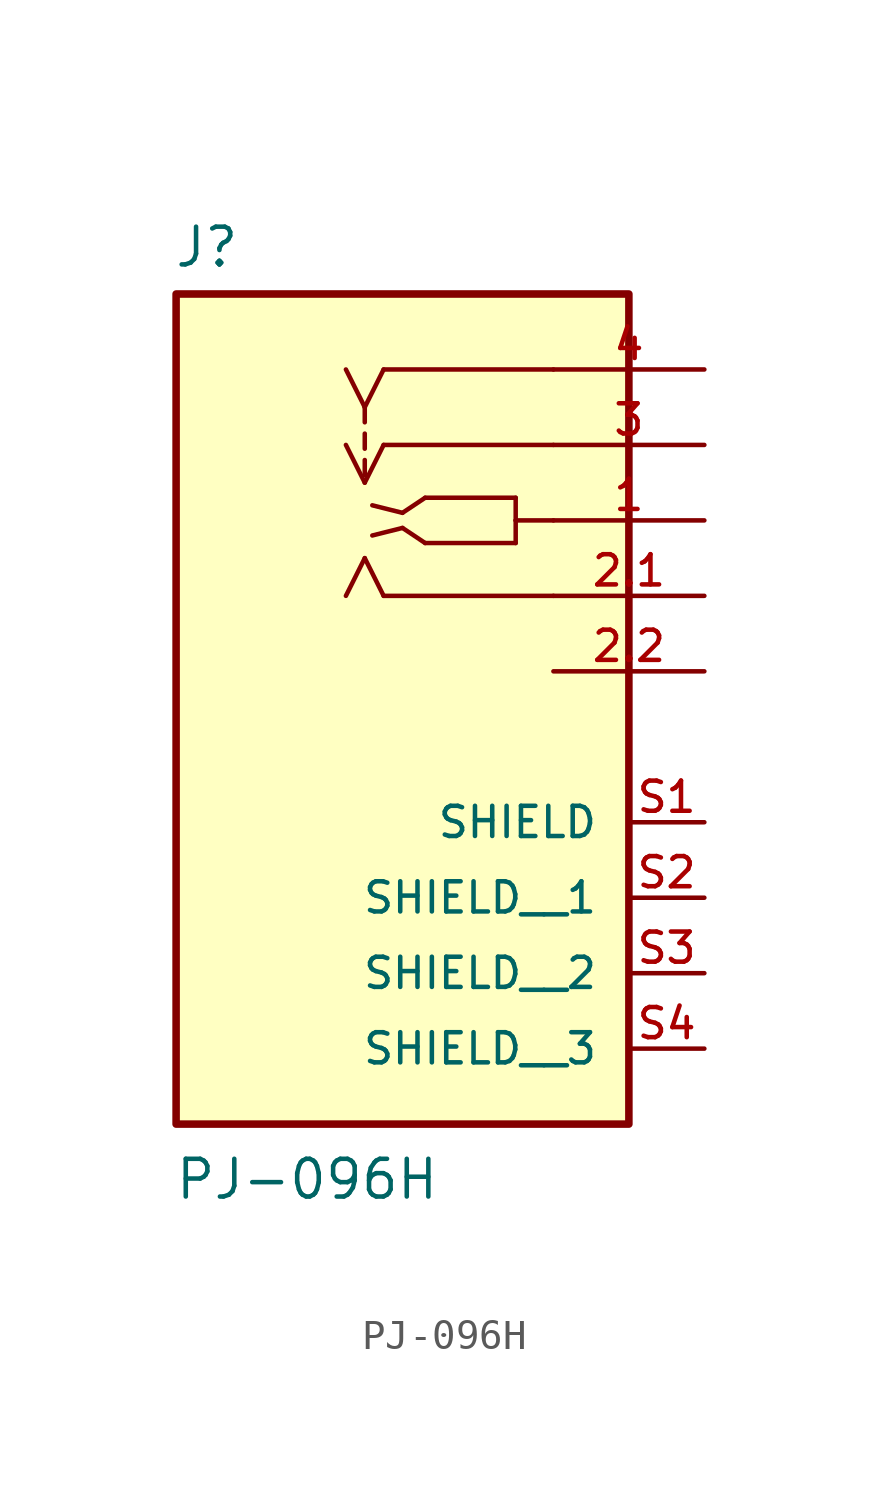
<source format=kicad_sym>
(kicad_symbol_lib
  (version 20211014)
  (generator kicad_symbol_editor)
  (symbol "PJ-096H"
    (pin_names
      (offset 1.016))
    (property "Reference" "J"
      (at -7.714 8.453 0)
      (effects (font (size 1.27 1.27)) (justify bottom left)))
    (property "Value" "PJ-096H"
      (at -7.697 -22.921 0)
      (effects (font (size 1.27 1.27)) (justify bottom left)))
    (symbol "PJ-096H_0_0"
      (polyline (pts (xy 5.08 -2.54) (xy -0.635 -2.54)) (stroke (width 0.152)))
      (polyline (pts (xy -0.635 -2.54) (xy -1.27 -1.27)) (stroke (width 0.152)))
      (polyline (pts (xy -1.27 -1.27) (xy -1.905 -2.54)) (stroke (width 0.152)))
      (polyline (pts (xy -0.635 2.54) (xy 5.08 2.54)) (stroke (width 0.152)))
      (polyline (pts (xy -1.905 2.54) (xy -1.27 1.27)) (stroke (width 0.152)))
      (polyline (pts (xy -1.27 1.27) (xy -0.635 2.54)) (stroke (width 0.152)))
      (polyline (pts (xy 3.81 0.762) (xy 3.81 0.0)) (stroke (width 0.152)))
      (polyline (pts (xy 3.81 0.0) (xy 3.81 -0.762)) (stroke (width 0.152)))
      (polyline (pts (xy 3.81 -0.762) (xy 0.762 -0.762)) (stroke (width 0.152)))
      (polyline (pts (xy 0.762 -0.762) (xy 0.0 -0.254)) (stroke (width 0.152)))
      (polyline (pts (xy 0.0 -0.254) (xy -1.016 -0.508)) (stroke (width 0.152)))
      (polyline (pts (xy 3.81 0.762) (xy 0.762 0.762)) (stroke (width 0.152)))
      (polyline (pts (xy 0.762 0.762) (xy 0.0 0.254)) (stroke (width 0.152)))
      (polyline (pts (xy 0.0 0.254) (xy -1.016 0.508)) (stroke (width 0.152)))
      (polyline (pts (xy 3.81 0.0) (xy 5.08 0.0)) (stroke (width 0.152)))
      (polyline (pts (xy -0.635 5.08) (xy 5.08 5.08)) (stroke (width 0.152)))
      (polyline (pts (xy -1.905 5.08) (xy -1.27 3.81)) (stroke (width 0.152)))
      (polyline (pts (xy -1.27 3.81) (xy -0.635 5.08)) (stroke (width 0.152)))
      (polyline (pts (xy -1.27 3.81) (xy -1.27 3.302)) (stroke (width 0.152)))
      (polyline (pts (xy -1.27 2.921) (xy -1.27 2.413)) (stroke (width 0.152)))
      (polyline (pts (xy -1.27 1.524) (xy -1.27 2.032)) (stroke (width 0.152)))
      (rectangle (start -7.62 -20.32) (end 7.62 7.62) (stroke (width 0.254)) (fill (type background)))
      (pin passive line (at 10.16 0.0 180.0) (length 5.08) (name "~" (effects (font (size 1.016 1.016)))) (number "1" (effects (font (size 1.016 1.016)))))
      (pin passive line (at 10.16 -2.54 180.0) (length 5.08) (name "~" (effects (font (size 1.016 1.016)))) (number "2.1" (effects (font (size 1.016 1.016)))))
      (pin passive line (at 10.16 2.54 180.0) (length 5.08) (name "~" (effects (font (size 1.016 1.016)))) (number "3" (effects (font (size 1.016 1.016)))))
      (pin passive line (at 10.16 5.08 180.0) (length 5.08) (name "~" (effects (font (size 1.016 1.016)))) (number "4" (effects (font (size 1.016 1.016)))))
      (pin passive line (at 10.16 -10.16 180.0) (length 2.54) (name "SHIELD" (effects (font (size 1.016 1.016)))) (number "S1" (effects (font (size 1.016 1.016)))))
      (pin passive line (at 10.16 -5.08 180.0) (length 5.08) (name "~" (effects (font (size 1.016 1.016)))) (number "2.2" (effects (font (size 1.016 1.016)))))
      (pin passive line (at 10.16 -12.7 180.0) (length 2.54) (name "SHIELD__1" (effects (font (size 1.016 1.016)))) (number "S2" (effects (font (size 1.016 1.016)))))
      (pin passive line (at 10.16 -15.24 180.0) (length 2.54) (name "SHIELD__2" (effects (font (size 1.016 1.016)))) (number "S3" (effects (font (size 1.016 1.016)))))
      (pin passive line (at 10.16 -17.78 180.0) (length 2.54) (name "SHIELD__3" (effects (font (size 1.016 1.016)))) (number "S4" (effects (font (size 1.016 1.016))))))))
</source>
